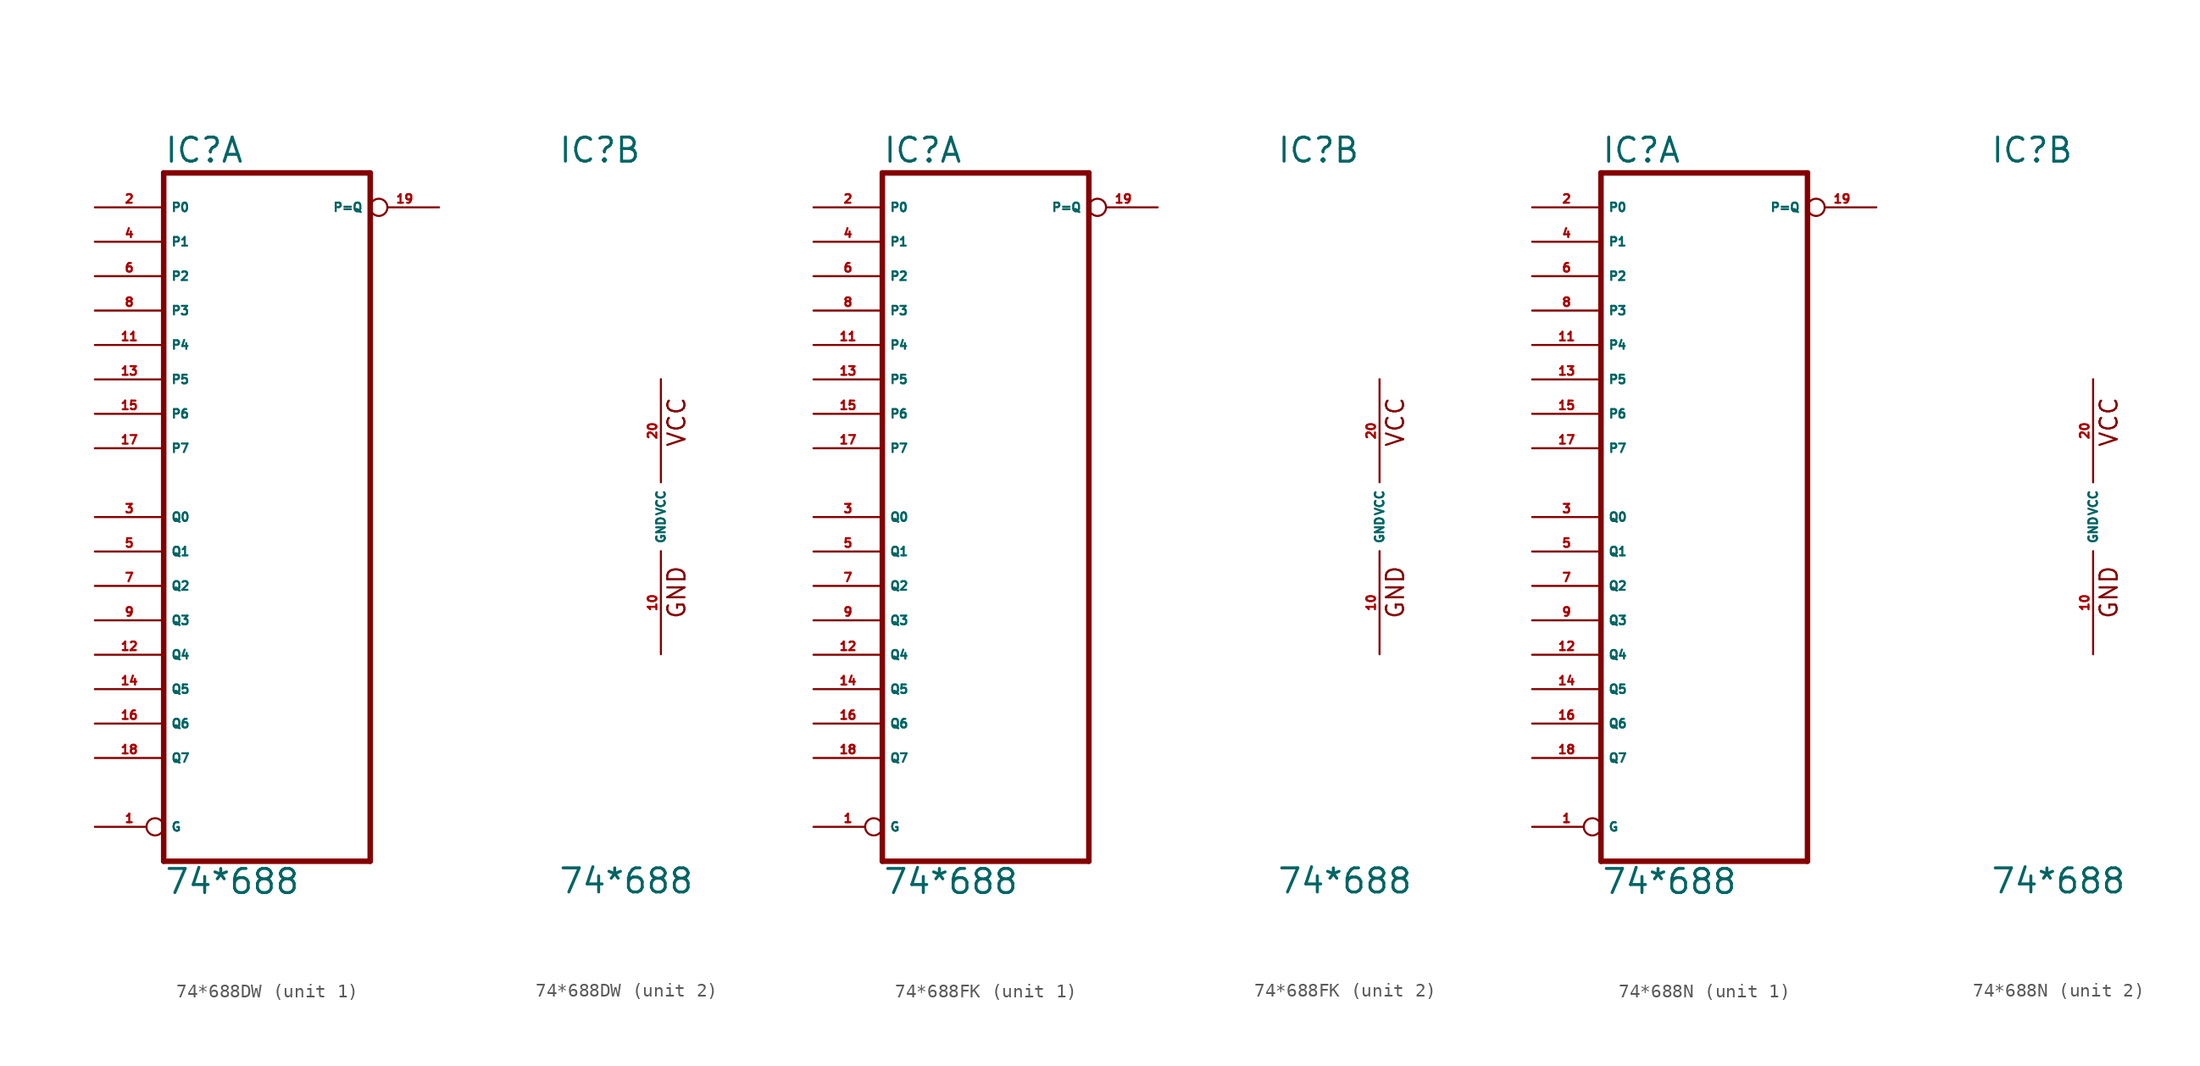
<source format=kicad_sym>
(kicad_symbol_lib
  (version 20220914)
  (generator Eagle2Kicad)
  (symbol "74*688DW"
    (property "Reference" "IC"
      (at -7.62 26.035 0)
      (effects (font (size 1.778 1.778) (thickness 0.22)) (justify left bottom)))
    (property "Value" "74*688"
      (at -7.62 -27.94 0)
      (effects (font (size 1.778 1.778) (thickness 0.22)) (justify left bottom)))
    (symbol "74*688DW_1_0"
      (polyline (pts (xy -7.62 -25.4) (xy 7.62 -25.4)) (stroke (width 0.406) (type default)) (fill (type none)))
      (polyline (pts (xy 7.62 -25.4) (xy 7.62 25.4)) (stroke (width 0.406) (type default)) (fill (type none)))
      (polyline (pts (xy 7.62 25.4) (xy -7.62 25.4)) (stroke (width 0.406) (type default)) (fill (type none)))
      (polyline (pts (xy -7.62 25.4) (xy -7.62 -25.4)) (stroke (width 0.406) (type default)) (fill (type none)))
      (pin input inverted (at -12.7 -22.86 0) (length 5.08) (name "G" (effects (font (size 0.635 0.635) (thickness 0.08)) (justify left bottom))) (number "1" (effects (font (size 0.635 0.635) (thickness 0.08)) (justify left bottom))))
      (pin input line (at -12.7 22.86 0) (length 5.08) (name "P0" (effects (font (size 0.635 0.635) (thickness 0.08)) (justify left bottom))) (number "2" (effects (font (size 0.635 0.635) (thickness 0.08)) (justify left bottom))))
      (pin input line (at -12.7 0 0) (length 5.08) (name "Q0" (effects (font (size 0.635 0.635) (thickness 0.08)) (justify left bottom))) (number "3" (effects (font (size 0.635 0.635) (thickness 0.08)) (justify left bottom))))
      (pin input line (at -12.7 20.32 0) (length 5.08) (name "P1" (effects (font (size 0.635 0.635) (thickness 0.08)) (justify left bottom))) (number "4" (effects (font (size 0.635 0.635) (thickness 0.08)) (justify left bottom))))
      (pin input line (at -12.7 -2.54 0) (length 5.08) (name "Q1" (effects (font (size 0.635 0.635) (thickness 0.08)) (justify left bottom))) (number "5" (effects (font (size 0.635 0.635) (thickness 0.08)) (justify left bottom))))
      (pin input line (at -12.7 17.78 0) (length 5.08) (name "P2" (effects (font (size 0.635 0.635) (thickness 0.08)) (justify left bottom))) (number "6" (effects (font (size 0.635 0.635) (thickness 0.08)) (justify left bottom))))
      (pin input line (at -12.7 -5.08 0) (length 5.08) (name "Q2" (effects (font (size 0.635 0.635) (thickness 0.08)) (justify left bottom))) (number "7" (effects (font (size 0.635 0.635) (thickness 0.08)) (justify left bottom))))
      (pin input line (at -12.7 15.24 0) (length 5.08) (name "P3" (effects (font (size 0.635 0.635) (thickness 0.08)) (justify left bottom))) (number "8" (effects (font (size 0.635 0.635) (thickness 0.08)) (justify left bottom))))
      (pin input line (at -12.7 -7.62 0) (length 5.08) (name "Q3" (effects (font (size 0.635 0.635) (thickness 0.08)) (justify left bottom))) (number "9" (effects (font (size 0.635 0.635) (thickness 0.08)) (justify left bottom))))
      (pin input line (at -12.7 12.7 0) (length 5.08) (name "P4" (effects (font (size 0.635 0.635) (thickness 0.08)) (justify left bottom))) (number "11" (effects (font (size 0.635 0.635) (thickness 0.08)) (justify left bottom))))
      (pin input line (at -12.7 -10.16 0) (length 5.08) (name "Q4" (effects (font (size 0.635 0.635) (thickness 0.08)) (justify left bottom))) (number "12" (effects (font (size 0.635 0.635) (thickness 0.08)) (justify left bottom))))
      (pin input line (at -12.7 10.16 0) (length 5.08) (name "P5" (effects (font (size 0.635 0.635) (thickness 0.08)) (justify left bottom))) (number "13" (effects (font (size 0.635 0.635) (thickness 0.08)) (justify left bottom))))
      (pin input line (at -12.7 -12.7 0) (length 5.08) (name "Q5" (effects (font (size 0.635 0.635) (thickness 0.08)) (justify left bottom))) (number "14" (effects (font (size 0.635 0.635) (thickness 0.08)) (justify left bottom))))
      (pin input line (at -12.7 7.62 0) (length 5.08) (name "P6" (effects (font (size 0.635 0.635) (thickness 0.08)) (justify left bottom))) (number "15" (effects (font (size 0.635 0.635) (thickness 0.08)) (justify left bottom))))
      (pin input line (at -12.7 -15.24 0) (length 5.08) (name "Q6" (effects (font (size 0.635 0.635) (thickness 0.08)) (justify left bottom))) (number "16" (effects (font (size 0.635 0.635) (thickness 0.08)) (justify left bottom))))
      (pin input line (at -12.7 5.08 0) (length 5.08) (name "P7" (effects (font (size 0.635 0.635) (thickness 0.08)) (justify left bottom))) (number "17" (effects (font (size 0.635 0.635) (thickness 0.08)) (justify left bottom))))
      (pin input line (at -12.7 -17.78 0) (length 5.08) (name "Q7" (effects (font (size 0.635 0.635) (thickness 0.08)) (justify left bottom))) (number "18" (effects (font (size 0.635 0.635) (thickness 0.08)) (justify left bottom))))
      (pin output inverted (at 12.7 22.86 180) (length 5.08) (name "P=Q" (effects (font (size 0.635 0.635) (thickness 0.08)) (justify left bottom))) (number "19" (effects (font (size 0.635 0.635) (thickness 0.08)) (justify left bottom)))))
    (symbol "74*688DW_2_0"
      (text "GND" (at 1.905 -7.62 900) (effects (font (size 1.27 1.27) (thickness 0.16)) (justify left bottom)))
      (text "VCC" (at 1.905 5.08 900) (effects (font (size 1.27 1.27) (thickness 0.16)) (justify left bottom)))
      (pin unspecified line (at 0 -10.16 90) (length 7.62) (name "GND" (effects (font (size 0.635 0.635) (thickness 0.08)) (justify left bottom))) (number "10" (effects (font (size 0.635 0.635) (thickness 0.08)) (justify left bottom))))
      (pin unspecified line (at 0 10.16 270) (length 7.62) (name "VCC" (effects (font (size 0.635 0.635) (thickness 0.08)) (justify left bottom))) (number "20" (effects (font (size 0.635 0.635) (thickness 0.08)) (justify left bottom))))))
  (symbol "74*688FK"
    (property "Reference" "IC"
      (at -7.62 26.035 0)
      (effects (font (size 1.778 1.778) (thickness 0.22)) (justify left bottom)))
    (property "Value" "74*688"
      (at -7.62 -27.94 0)
      (effects (font (size 1.778 1.778) (thickness 0.22)) (justify left bottom)))
    (symbol "74*688FK_1_0"
      (polyline (pts (xy -7.62 -25.4) (xy 7.62 -25.4)) (stroke (width 0.406) (type default)) (fill (type none)))
      (polyline (pts (xy 7.62 -25.4) (xy 7.62 25.4)) (stroke (width 0.406) (type default)) (fill (type none)))
      (polyline (pts (xy 7.62 25.4) (xy -7.62 25.4)) (stroke (width 0.406) (type default)) (fill (type none)))
      (polyline (pts (xy -7.62 25.4) (xy -7.62 -25.4)) (stroke (width 0.406) (type default)) (fill (type none)))
      (pin input inverted (at -12.7 -22.86 0) (length 5.08) (name "G" (effects (font (size 0.635 0.635) (thickness 0.08)) (justify left bottom))) (number "1" (effects (font (size 0.635 0.635) (thickness 0.08)) (justify left bottom))))
      (pin input line (at -12.7 22.86 0) (length 5.08) (name "P0" (effects (font (size 0.635 0.635) (thickness 0.08)) (justify left bottom))) (number "2" (effects (font (size 0.635 0.635) (thickness 0.08)) (justify left bottom))))
      (pin input line (at -12.7 0 0) (length 5.08) (name "Q0" (effects (font (size 0.635 0.635) (thickness 0.08)) (justify left bottom))) (number "3" (effects (font (size 0.635 0.635) (thickness 0.08)) (justify left bottom))))
      (pin input line (at -12.7 20.32 0) (length 5.08) (name "P1" (effects (font (size 0.635 0.635) (thickness 0.08)) (justify left bottom))) (number "4" (effects (font (size 0.635 0.635) (thickness 0.08)) (justify left bottom))))
      (pin input line (at -12.7 -2.54 0) (length 5.08) (name "Q1" (effects (font (size 0.635 0.635) (thickness 0.08)) (justify left bottom))) (number "5" (effects (font (size 0.635 0.635) (thickness 0.08)) (justify left bottom))))
      (pin input line (at -12.7 17.78 0) (length 5.08) (name "P2" (effects (font (size 0.635 0.635) (thickness 0.08)) (justify left bottom))) (number "6" (effects (font (size 0.635 0.635) (thickness 0.08)) (justify left bottom))))
      (pin input line (at -12.7 -5.08 0) (length 5.08) (name "Q2" (effects (font (size 0.635 0.635) (thickness 0.08)) (justify left bottom))) (number "7" (effects (font (size 0.635 0.635) (thickness 0.08)) (justify left bottom))))
      (pin input line (at -12.7 15.24 0) (length 5.08) (name "P3" (effects (font (size 0.635 0.635) (thickness 0.08)) (justify left bottom))) (number "8" (effects (font (size 0.635 0.635) (thickness 0.08)) (justify left bottom))))
      (pin input line (at -12.7 -7.62 0) (length 5.08) (name "Q3" (effects (font (size 0.635 0.635) (thickness 0.08)) (justify left bottom))) (number "9" (effects (font (size 0.635 0.635) (thickness 0.08)) (justify left bottom))))
      (pin input line (at -12.7 12.7 0) (length 5.08) (name "P4" (effects (font (size 0.635 0.635) (thickness 0.08)) (justify left bottom))) (number "11" (effects (font (size 0.635 0.635) (thickness 0.08)) (justify left bottom))))
      (pin input line (at -12.7 -10.16 0) (length 5.08) (name "Q4" (effects (font (size 0.635 0.635) (thickness 0.08)) (justify left bottom))) (number "12" (effects (font (size 0.635 0.635) (thickness 0.08)) (justify left bottom))))
      (pin input line (at -12.7 10.16 0) (length 5.08) (name "P5" (effects (font (size 0.635 0.635) (thickness 0.08)) (justify left bottom))) (number "13" (effects (font (size 0.635 0.635) (thickness 0.08)) (justify left bottom))))
      (pin input line (at -12.7 -12.7 0) (length 5.08) (name "Q5" (effects (font (size 0.635 0.635) (thickness 0.08)) (justify left bottom))) (number "14" (effects (font (size 0.635 0.635) (thickness 0.08)) (justify left bottom))))
      (pin input line (at -12.7 7.62 0) (length 5.08) (name "P6" (effects (font (size 0.635 0.635) (thickness 0.08)) (justify left bottom))) (number "15" (effects (font (size 0.635 0.635) (thickness 0.08)) (justify left bottom))))
      (pin input line (at -12.7 -15.24 0) (length 5.08) (name "Q6" (effects (font (size 0.635 0.635) (thickness 0.08)) (justify left bottom))) (number "16" (effects (font (size 0.635 0.635) (thickness 0.08)) (justify left bottom))))
      (pin input line (at -12.7 5.08 0) (length 5.08) (name "P7" (effects (font (size 0.635 0.635) (thickness 0.08)) (justify left bottom))) (number "17" (effects (font (size 0.635 0.635) (thickness 0.08)) (justify left bottom))))
      (pin input line (at -12.7 -17.78 0) (length 5.08) (name "Q7" (effects (font (size 0.635 0.635) (thickness 0.08)) (justify left bottom))) (number "18" (effects (font (size 0.635 0.635) (thickness 0.08)) (justify left bottom))))
      (pin output inverted (at 12.7 22.86 180) (length 5.08) (name "P=Q" (effects (font (size 0.635 0.635) (thickness 0.08)) (justify left bottom))) (number "19" (effects (font (size 0.635 0.635) (thickness 0.08)) (justify left bottom)))))
    (symbol "74*688FK_2_0"
      (text "GND" (at 1.905 -7.62 900) (effects (font (size 1.27 1.27) (thickness 0.16)) (justify left bottom)))
      (text "VCC" (at 1.905 5.08 900) (effects (font (size 1.27 1.27) (thickness 0.16)) (justify left bottom)))
      (pin unspecified line (at 0 -10.16 90) (length 7.62) (name "GND" (effects (font (size 0.635 0.635) (thickness 0.08)) (justify left bottom))) (number "10" (effects (font (size 0.635 0.635) (thickness 0.08)) (justify left bottom))))
      (pin unspecified line (at 0 10.16 270) (length 7.62) (name "VCC" (effects (font (size 0.635 0.635) (thickness 0.08)) (justify left bottom))) (number "20" (effects (font (size 0.635 0.635) (thickness 0.08)) (justify left bottom))))))
  (symbol "74*688N"
    (property "Reference" "IC"
      (at -7.62 26.035 0)
      (effects (font (size 1.778 1.778) (thickness 0.22)) (justify left bottom)))
    (property "Value" "74*688"
      (at -7.62 -27.94 0)
      (effects (font (size 1.778 1.778) (thickness 0.22)) (justify left bottom)))
    (symbol "74*688N_1_0"
      (polyline (pts (xy -7.62 -25.4) (xy 7.62 -25.4)) (stroke (width 0.406) (type default)) (fill (type none)))
      (polyline (pts (xy 7.62 -25.4) (xy 7.62 25.4)) (stroke (width 0.406) (type default)) (fill (type none)))
      (polyline (pts (xy 7.62 25.4) (xy -7.62 25.4)) (stroke (width 0.406) (type default)) (fill (type none)))
      (polyline (pts (xy -7.62 25.4) (xy -7.62 -25.4)) (stroke (width 0.406) (type default)) (fill (type none)))
      (pin input inverted (at -12.7 -22.86 0) (length 5.08) (name "G" (effects (font (size 0.635 0.635) (thickness 0.08)) (justify left bottom))) (number "1" (effects (font (size 0.635 0.635) (thickness 0.08)) (justify left bottom))))
      (pin input line (at -12.7 22.86 0) (length 5.08) (name "P0" (effects (font (size 0.635 0.635) (thickness 0.08)) (justify left bottom))) (number "2" (effects (font (size 0.635 0.635) (thickness 0.08)) (justify left bottom))))
      (pin input line (at -12.7 0 0) (length 5.08) (name "Q0" (effects (font (size 0.635 0.635) (thickness 0.08)) (justify left bottom))) (number "3" (effects (font (size 0.635 0.635) (thickness 0.08)) (justify left bottom))))
      (pin input line (at -12.7 20.32 0) (length 5.08) (name "P1" (effects (font (size 0.635 0.635) (thickness 0.08)) (justify left bottom))) (number "4" (effects (font (size 0.635 0.635) (thickness 0.08)) (justify left bottom))))
      (pin input line (at -12.7 -2.54 0) (length 5.08) (name "Q1" (effects (font (size 0.635 0.635) (thickness 0.08)) (justify left bottom))) (number "5" (effects (font (size 0.635 0.635) (thickness 0.08)) (justify left bottom))))
      (pin input line (at -12.7 17.78 0) (length 5.08) (name "P2" (effects (font (size 0.635 0.635) (thickness 0.08)) (justify left bottom))) (number "6" (effects (font (size 0.635 0.635) (thickness 0.08)) (justify left bottom))))
      (pin input line (at -12.7 -5.08 0) (length 5.08) (name "Q2" (effects (font (size 0.635 0.635) (thickness 0.08)) (justify left bottom))) (number "7" (effects (font (size 0.635 0.635) (thickness 0.08)) (justify left bottom))))
      (pin input line (at -12.7 15.24 0) (length 5.08) (name "P3" (effects (font (size 0.635 0.635) (thickness 0.08)) (justify left bottom))) (number "8" (effects (font (size 0.635 0.635) (thickness 0.08)) (justify left bottom))))
      (pin input line (at -12.7 -7.62 0) (length 5.08) (name "Q3" (effects (font (size 0.635 0.635) (thickness 0.08)) (justify left bottom))) (number "9" (effects (font (size 0.635 0.635) (thickness 0.08)) (justify left bottom))))
      (pin input line (at -12.7 12.7 0) (length 5.08) (name "P4" (effects (font (size 0.635 0.635) (thickness 0.08)) (justify left bottom))) (number "11" (effects (font (size 0.635 0.635) (thickness 0.08)) (justify left bottom))))
      (pin input line (at -12.7 -10.16 0) (length 5.08) (name "Q4" (effects (font (size 0.635 0.635) (thickness 0.08)) (justify left bottom))) (number "12" (effects (font (size 0.635 0.635) (thickness 0.08)) (justify left bottom))))
      (pin input line (at -12.7 10.16 0) (length 5.08) (name "P5" (effects (font (size 0.635 0.635) (thickness 0.08)) (justify left bottom))) (number "13" (effects (font (size 0.635 0.635) (thickness 0.08)) (justify left bottom))))
      (pin input line (at -12.7 -12.7 0) (length 5.08) (name "Q5" (effects (font (size 0.635 0.635) (thickness 0.08)) (justify left bottom))) (number "14" (effects (font (size 0.635 0.635) (thickness 0.08)) (justify left bottom))))
      (pin input line (at -12.7 7.62 0) (length 5.08) (name "P6" (effects (font (size 0.635 0.635) (thickness 0.08)) (justify left bottom))) (number "15" (effects (font (size 0.635 0.635) (thickness 0.08)) (justify left bottom))))
      (pin input line (at -12.7 -15.24 0) (length 5.08) (name "Q6" (effects (font (size 0.635 0.635) (thickness 0.08)) (justify left bottom))) (number "16" (effects (font (size 0.635 0.635) (thickness 0.08)) (justify left bottom))))
      (pin input line (at -12.7 5.08 0) (length 5.08) (name "P7" (effects (font (size 0.635 0.635) (thickness 0.08)) (justify left bottom))) (number "17" (effects (font (size 0.635 0.635) (thickness 0.08)) (justify left bottom))))
      (pin input line (at -12.7 -17.78 0) (length 5.08) (name "Q7" (effects (font (size 0.635 0.635) (thickness 0.08)) (justify left bottom))) (number "18" (effects (font (size 0.635 0.635) (thickness 0.08)) (justify left bottom))))
      (pin output inverted (at 12.7 22.86 180) (length 5.08) (name "P=Q" (effects (font (size 0.635 0.635) (thickness 0.08)) (justify left bottom))) (number "19" (effects (font (size 0.635 0.635) (thickness 0.08)) (justify left bottom)))))
    (symbol "74*688N_2_0"
      (text "GND" (at 1.905 -7.62 900) (effects (font (size 1.27 1.27) (thickness 0.16)) (justify left bottom)))
      (text "VCC" (at 1.905 5.08 900) (effects (font (size 1.27 1.27) (thickness 0.16)) (justify left bottom)))
      (pin unspecified line (at 0 -10.16 90) (length 7.62) (name "GND" (effects (font (size 0.635 0.635) (thickness 0.08)) (justify left bottom))) (number "10" (effects (font (size 0.635 0.635) (thickness 0.08)) (justify left bottom))))
      (pin unspecified line (at 0 10.16 270) (length 7.62) (name "VCC" (effects (font (size 0.635 0.635) (thickness 0.08)) (justify left bottom))) (number "20" (effects (font (size 0.635 0.635) (thickness 0.08)) (justify left bottom)))))))
</source>
